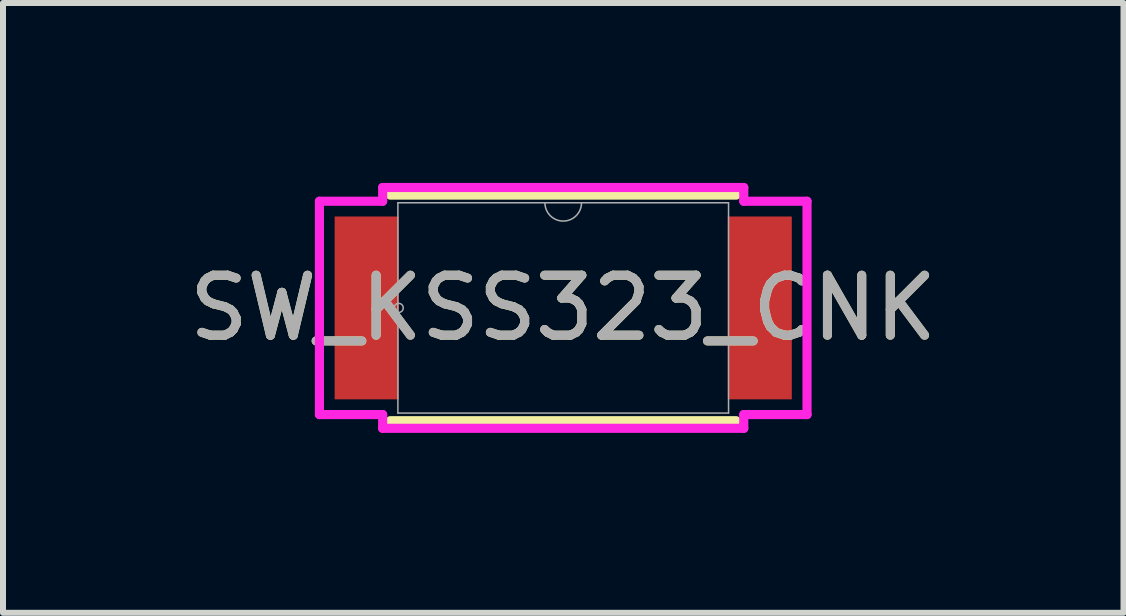
<source format=kicad_pcb>
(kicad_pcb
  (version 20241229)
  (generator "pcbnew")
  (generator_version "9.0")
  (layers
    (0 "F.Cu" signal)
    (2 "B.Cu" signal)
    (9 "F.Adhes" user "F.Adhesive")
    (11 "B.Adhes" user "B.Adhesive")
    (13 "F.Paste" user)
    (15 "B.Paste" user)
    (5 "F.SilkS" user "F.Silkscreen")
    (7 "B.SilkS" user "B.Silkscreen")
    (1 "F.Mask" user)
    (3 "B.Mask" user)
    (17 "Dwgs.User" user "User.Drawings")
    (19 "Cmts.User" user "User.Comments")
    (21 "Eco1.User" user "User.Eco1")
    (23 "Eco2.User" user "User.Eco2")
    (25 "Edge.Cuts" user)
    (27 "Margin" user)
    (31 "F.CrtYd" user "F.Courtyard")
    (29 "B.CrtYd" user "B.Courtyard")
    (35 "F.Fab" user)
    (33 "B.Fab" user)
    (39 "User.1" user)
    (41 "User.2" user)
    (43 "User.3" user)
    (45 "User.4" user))
  (footprint "SW_KSS323_CNK"
    (layer "F.Cu")
    (at 6.339 2.083)
    (property "Reference" "SW_KSS323_CNK" (at 0 0 0) (unlocked yes) (layer "F.SilkS") (effects (font (size 1 1) (thickness 0.15))))
    (attr smd)
    (fp_line (start -2.883 1.88) (end 2.883 1.88) (stroke (width 0.152) (type solid)) (layer "F.SilkS"))
    (fp_line (start 2.883 -1.88) (end -2.883 -1.88) (stroke (width 0.152) (type solid)) (layer "F.SilkS"))
    (fp_line (start -4.064 -1.778) (end -3.01 -1.778) (stroke (width 0.152) (type solid)) (layer "F.CrtYd"))
    (fp_line (start -4.064 1.778) (end -4.064 -1.778) (stroke (width 0.152) (type solid)) (layer "F.CrtYd"))
    (fp_line (start -4.064 1.778) (end -3.01 1.778) (stroke (width 0.152) (type solid)) (layer "F.CrtYd"))
    (fp_line (start -3.01 -2.007) (end 3.01 -2.007) (stroke (width 0.152) (type solid)) (layer "F.CrtYd"))
    (fp_line (start -3.01 -1.778) (end -3.01 -2.007) (stroke (width 0.152) (type solid)) (layer "F.CrtYd"))
    (fp_line (start -3.01 2.007) (end -3.01 1.778) (stroke (width 0.152) (type solid)) (layer "F.CrtYd"))
    (fp_line (start 3.01 -2.007) (end 3.01 -1.778) (stroke (width 0.152) (type solid)) (layer "F.CrtYd"))
    (fp_line (start 3.01 1.778) (end 3.01 2.007) (stroke (width 0.152) (type solid)) (layer "F.CrtYd"))
    (fp_line (start 3.01 2.007) (end -3.01 2.007) (stroke (width 0.152) (type solid)) (layer "F.CrtYd"))
    (fp_line (start 4.064 -1.778) (end 3.01 -1.778) (stroke (width 0.152) (type solid)) (layer "F.CrtYd"))
    (fp_line (start 4.064 -1.778) (end 4.064 1.778) (stroke (width 0.152) (type solid)) (layer "F.CrtYd"))
    (fp_line (start 4.064 1.778) (end 3.01 1.778) (stroke (width 0.152) (type solid)) (layer "F.CrtYd"))
    (fp_line (start -2.756 -1.753) (end -2.756 1.753) (stroke (width 0.025) (type solid)) (layer "F.Fab"))
    (fp_line (start -2.756 1.753) (end 2.756 1.753) (stroke (width 0.025) (type solid)) (layer "F.Fab"))
    (fp_line (start 2.756 -1.753) (end -2.756 -1.753) (stroke (width 0.025) (type solid)) (layer "F.Fab"))
    (fp_line (start 2.756 1.753) (end 2.756 -1.753) (stroke (width 0.025) (type solid)) (layer "F.Fab"))
    (fp_arc (start 0.3048 -1.7526) (mid 0 -1.4478) (end -0.3048 -1.7526) (stroke (width 0.0254) (type solid)) (layer "F.Fab"))
    (fp_circle (center -2.743 0) (end -2.667 0) (stroke (width 0.025) (type solid)) (fill no) (layer "F.Fab"))
    (fp_text user "${REFERENCE}" (at 0 0 0) (unlocked yes) (layer "F.Fab") (effects (font (size 1 1) (thickness 0.15))))
    (pad "1" smd rect (at -3.277 0) (size 1.067 3.048) (layers "F.Cu" "F.Mask" "F.Paste"))
    (pad "2" smd rect (at 3.277 0) (size 1.067 3.048) (layers "F.Cu" "F.Mask" "F.Paste")))
  (gr_rect
    (start -3 -3)
    (end 15.679 7.166)
    (stroke (width 0.1) (type default))
    (fill no)
    (layer "Edge.Cuts")))
</source>
